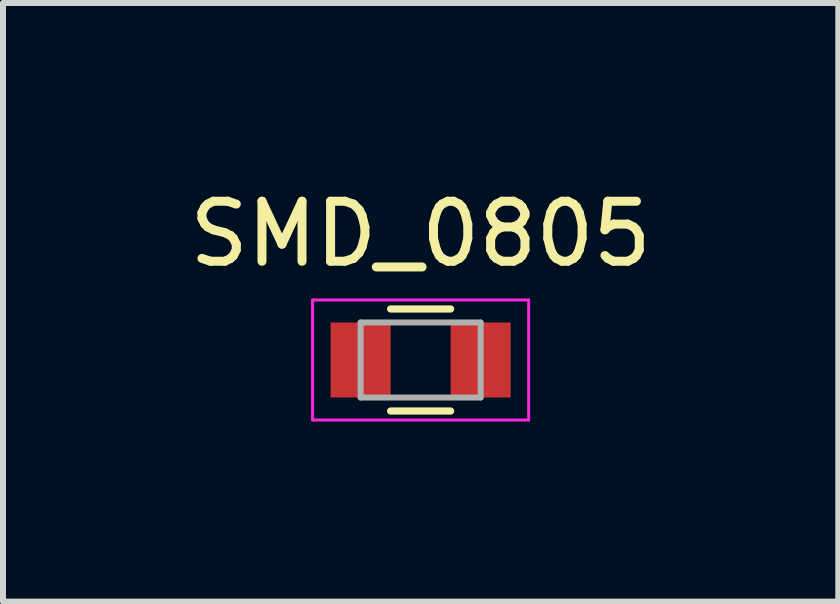
<source format=kicad_pcb>
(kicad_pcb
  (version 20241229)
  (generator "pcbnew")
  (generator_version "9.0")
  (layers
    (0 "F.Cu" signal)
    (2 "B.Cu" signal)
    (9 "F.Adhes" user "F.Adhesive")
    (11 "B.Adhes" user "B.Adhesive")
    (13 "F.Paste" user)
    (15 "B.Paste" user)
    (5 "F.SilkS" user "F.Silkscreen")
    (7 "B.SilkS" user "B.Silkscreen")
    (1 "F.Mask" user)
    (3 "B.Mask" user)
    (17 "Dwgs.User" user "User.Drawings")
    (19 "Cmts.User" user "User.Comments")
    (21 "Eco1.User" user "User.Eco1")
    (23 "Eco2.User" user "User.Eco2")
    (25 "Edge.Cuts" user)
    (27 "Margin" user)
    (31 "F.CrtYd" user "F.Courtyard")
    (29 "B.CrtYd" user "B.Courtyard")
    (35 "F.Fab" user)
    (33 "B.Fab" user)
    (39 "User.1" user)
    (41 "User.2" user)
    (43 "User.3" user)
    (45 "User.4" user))
  (footprint "SMD_0805"
    (layer "F.Cu")
    (at 3.958 2.948)
    (property "Reference" "SMD_0805" (at 0 -2.1 0) (layer "F.SilkS") (effects (font (size 1 1) (thickness 0.15))))
    (attr smd)
    (fp_line (start -0.5 0.85) (end 0.5 0.85) (stroke (width 0.12) (type solid)) (layer "F.SilkS"))
    (fp_line (start 0.5 -0.85) (end -0.5 -0.85) (stroke (width 0.12) (type solid)) (layer "F.SilkS"))
    (fp_line (start -1.8 -1) (end -1.8 1) (stroke (width 0.05) (type solid)) (layer "F.CrtYd"))
    (fp_line (start -1.8 -1) (end 1.8 -1) (stroke (width 0.05) (type solid)) (layer "F.CrtYd"))
    (fp_line (start -1.8 1) (end 1.8 1) (stroke (width 0.05) (type solid)) (layer "F.CrtYd"))
    (fp_line (start 1.8 -1) (end 1.8 1) (stroke (width 0.05) (type solid)) (layer "F.CrtYd"))
    (fp_line (start -1 -0.625) (end 1 -0.625) (stroke (width 0.1) (type solid)) (layer "F.Fab"))
    (fp_line (start -1 0.625) (end -1 -0.625) (stroke (width 0.1) (type solid)) (layer "F.Fab"))
    (fp_line (start 1 -0.625) (end 1 0.625) (stroke (width 0.1) (type solid)) (layer "F.Fab"))
    (fp_line (start 1 0.625) (end -1 0.625) (stroke (width 0.1) (type solid)) (layer "F.Fab"))
    (pad "1" smd rect (at -1 0) (size 1 1.25) (layers "F.Cu" "F.Mask" "F.Paste"))
    (pad "2" smd rect (at 1 0) (size 1 1.25) (layers "F.Cu" "F.Mask" "F.Paste")))
  (gr_rect
    (start -3 -3)
    (end 10.917 6.973)
    (stroke (width 0.1) (type default))
    (fill no)
    (layer "Edge.Cuts")))
</source>
